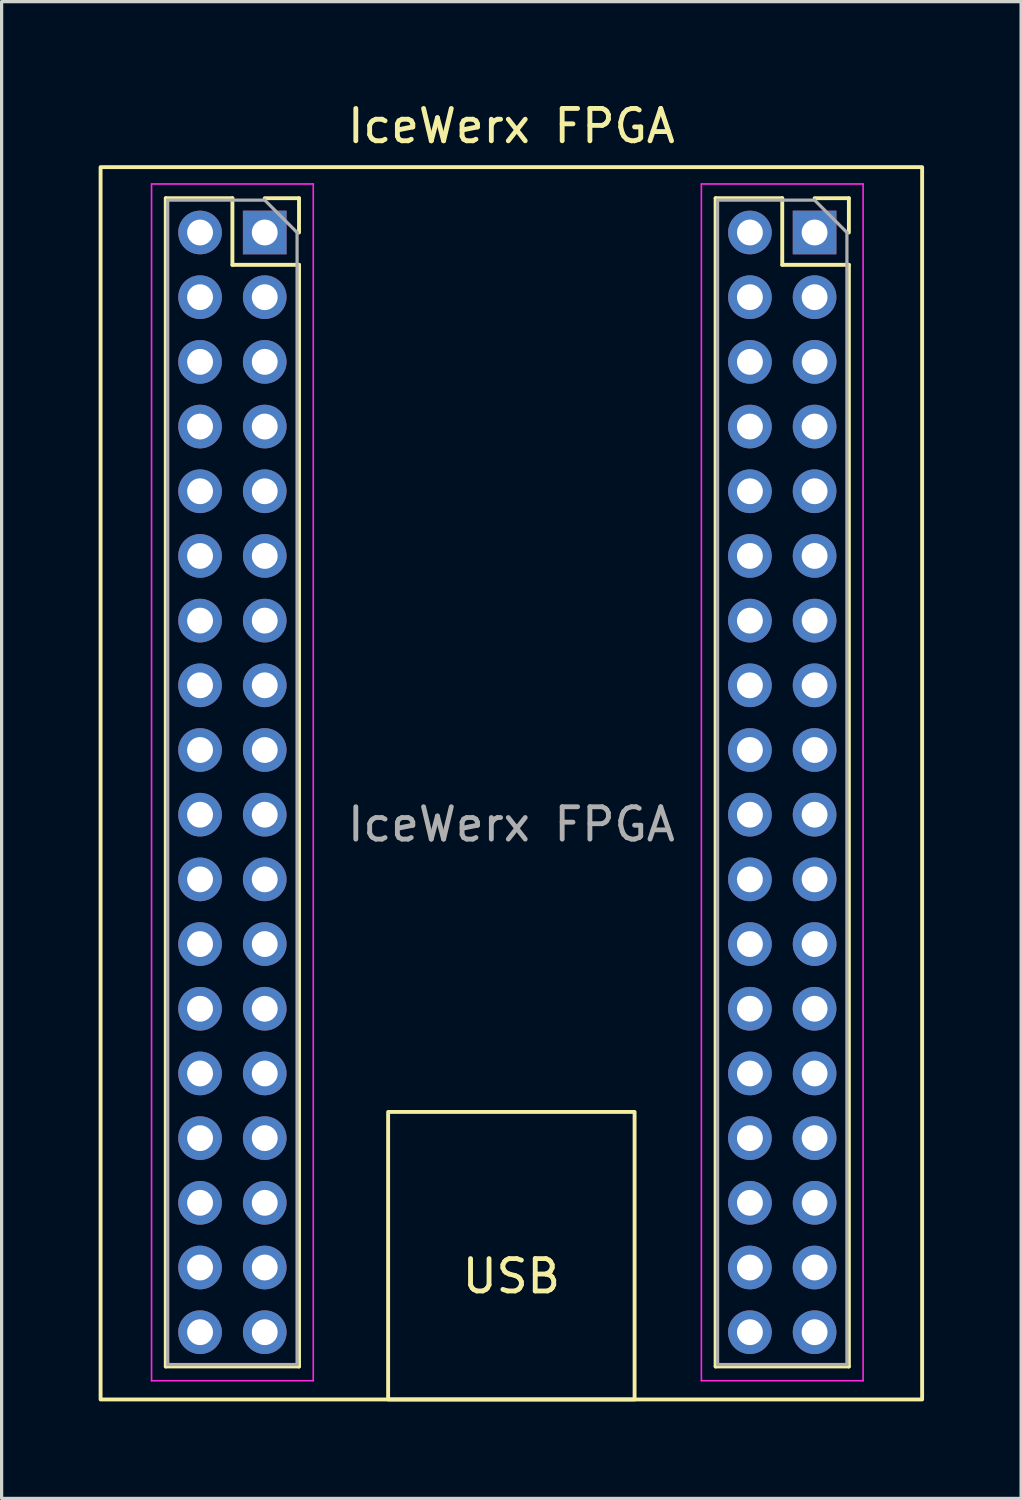
<source format=kicad_pcb>
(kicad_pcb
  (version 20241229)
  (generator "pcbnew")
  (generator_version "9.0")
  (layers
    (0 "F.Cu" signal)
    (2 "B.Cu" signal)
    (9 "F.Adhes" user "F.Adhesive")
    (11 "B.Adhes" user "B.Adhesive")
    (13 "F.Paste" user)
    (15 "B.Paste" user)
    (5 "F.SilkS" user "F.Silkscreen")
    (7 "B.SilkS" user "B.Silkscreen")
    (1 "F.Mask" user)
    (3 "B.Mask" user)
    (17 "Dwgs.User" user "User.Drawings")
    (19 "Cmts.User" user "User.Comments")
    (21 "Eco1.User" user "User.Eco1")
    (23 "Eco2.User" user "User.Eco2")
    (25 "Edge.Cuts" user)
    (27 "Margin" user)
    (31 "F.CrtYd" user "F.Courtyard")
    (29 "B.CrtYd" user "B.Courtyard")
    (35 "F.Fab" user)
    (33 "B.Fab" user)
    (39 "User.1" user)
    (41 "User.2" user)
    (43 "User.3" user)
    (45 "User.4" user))
  (footprint "IceWerx FPGA"
    (layer "F.Cu")
    (at 12.76 21.168)
    (property "Reference" "IceWerx FPGA" (at 0 -20.32 0) (unlocked yes) (layer "F.SilkS") (effects (font (size 1 1) (thickness 0.15))))
    (attr through_hole)
    (fp_line (start -10.685 -18.09) (end -10.685 18.03) (stroke (width 0.12) (type solid)) (layer "F.SilkS"))
    (fp_line (start -10.685 -18.09) (end -8.625 -18.09) (stroke (width 0.12) (type solid)) (layer "F.SilkS"))
    (fp_line (start -10.685 18.03) (end -6.565 18.03) (stroke (width 0.12) (type solid)) (layer "F.SilkS"))
    (fp_line (start -8.625 -18.09) (end -8.625 -16.03) (stroke (width 0.12) (type solid)) (layer "F.SilkS"))
    (fp_line (start -8.625 -16.03) (end -6.565 -16.03) (stroke (width 0.12) (type solid)) (layer "F.SilkS"))
    (fp_line (start -7.625 -18.09) (end -6.565 -18.09) (stroke (width 0.12) (type solid)) (layer "F.SilkS"))
    (fp_line (start -6.565 -18.09) (end -6.565 -17.03) (stroke (width 0.12) (type solid)) (layer "F.SilkS"))
    (fp_line (start -6.565 -16.03) (end -6.565 18.03) (stroke (width 0.12) (type solid)) (layer "F.SilkS"))
    (fp_line (start 6.315 -18.09) (end 6.315 18.03) (stroke (width 0.12) (type solid)) (layer "F.SilkS"))
    (fp_line (start 6.315 -18.09) (end 8.375 -18.09) (stroke (width 0.12) (type solid)) (layer "F.SilkS"))
    (fp_line (start 6.315 18.03) (end 10.435 18.03) (stroke (width 0.12) (type solid)) (layer "F.SilkS"))
    (fp_line (start 8.375 -18.09) (end 8.375 -16.03) (stroke (width 0.12) (type solid)) (layer "F.SilkS"))
    (fp_line (start 8.375 -16.03) (end 10.435 -16.03) (stroke (width 0.12) (type solid)) (layer "F.SilkS"))
    (fp_line (start 9.375 -18.09) (end 10.435 -18.09) (stroke (width 0.12) (type solid)) (layer "F.SilkS"))
    (fp_line (start 10.435 -18.09) (end 10.435 -17.03) (stroke (width 0.12) (type solid)) (layer "F.SilkS"))
    (fp_line (start 10.435 -16.03) (end 10.435 18.03) (stroke (width 0.12) (type solid)) (layer "F.SilkS"))
    (fp_rect (start -12.7 -19.05) (end 12.7 19.05) (stroke (width 0.12) (type solid)) (fill no) (layer "F.SilkS"))
    (fp_rect (start -3.81 19.05) (end 3.81 10.16) (stroke (width 0.12) (type solid)) (fill no) (layer "F.SilkS"))
    (fp_line (start -11.125 -18.53) (end -6.125 -18.53) (stroke (width 0.05) (type solid)) (layer "F.CrtYd"))
    (fp_line (start -11.125 18.47) (end -11.125 -18.53) (stroke (width 0.05) (type solid)) (layer "F.CrtYd"))
    (fp_line (start -6.125 -18.53) (end -6.125 18.47) (stroke (width 0.05) (type solid)) (layer "F.CrtYd"))
    (fp_line (start -6.125 18.47) (end -11.125 18.47) (stroke (width 0.05) (type solid)) (layer "F.CrtYd"))
    (fp_line (start 5.875 -18.53) (end 10.875 -18.53) (stroke (width 0.05) (type solid)) (layer "F.CrtYd"))
    (fp_line (start 5.875 18.47) (end 5.875 -18.53) (stroke (width 0.05) (type solid)) (layer "F.CrtYd"))
    (fp_line (start 10.875 -18.53) (end 10.875 18.47) (stroke (width 0.05) (type solid)) (layer "F.CrtYd"))
    (fp_line (start 10.875 18.47) (end 5.875 18.47) (stroke (width 0.05) (type solid)) (layer "F.CrtYd"))
    (fp_line (start -10.625 -18.03) (end -7.625 -18.03) (stroke (width 0.1) (type solid)) (layer "F.Fab"))
    (fp_line (start -10.625 17.97) (end -10.625 -18.03) (stroke (width 0.1) (type solid)) (layer "F.Fab"))
    (fp_line (start -7.625 -18.03) (end -6.625 -17.03) (stroke (width 0.1) (type solid)) (layer "F.Fab"))
    (fp_line (start -6.625 -17.03) (end -6.625 17.97) (stroke (width 0.1) (type solid)) (layer "F.Fab"))
    (fp_line (start -6.625 17.97) (end -10.625 17.97) (stroke (width 0.1) (type solid)) (layer "F.Fab"))
    (fp_line (start 6.375 -18.03) (end 9.375 -18.03) (stroke (width 0.1) (type solid)) (layer "F.Fab"))
    (fp_line (start 6.375 17.97) (end 6.375 -18.03) (stroke (width 0.1) (type solid)) (layer "F.Fab"))
    (fp_line (start 9.375 -18.03) (end 10.375 -17.03) (stroke (width 0.1) (type solid)) (layer "F.Fab"))
    (fp_line (start 10.375 -17.03) (end 10.375 17.97) (stroke (width 0.1) (type solid)) (layer "F.Fab"))
    (fp_line (start 10.375 17.97) (end 6.375 17.97) (stroke (width 0.1) (type solid)) (layer "F.Fab"))
    (fp_text user "USB" (at 0 15.24 0) (unlocked yes) (layer "F.SilkS") (effects (font (size 1 1) (thickness 0.15))))
    (fp_text user "${REFERENCE}" (at 0 1.27 0) (unlocked yes) (layer "F.Fab") (effects (font (size 1 1) (thickness 0.15))))
    (pad "3v3" thru_hole oval (at -7.625 14.97) (size 1.35 1.35) (drill 0.8) (layers "*.Cu" "*.Mask"))
    (pad "5V" thru_hole oval (at 7.375 16.97) (size 1.35 1.35) (drill 0.8) (layers "*.Cu" "*.Mask"))
    (pad "A1" thru_hole oval (at -9.625 -13.03) (size 1.35 1.35) (drill 0.8) (layers "*.Cu" "*.Mask"))
    (pad "A2" thru_hole oval (at -7.625 -13.03) (size 1.35 1.35) (drill 0.8) (layers "*.Cu" "*.Mask"))
    (pad "A3" thru_hole oval (at -9.625 -15.03) (size 1.35 1.35) (drill 0.8) (layers "*.Cu" "*.Mask"))
    (pad "A4" thru_hole oval (at -9.625 -17.03) (size 1.35 1.35) (drill 0.8) (layers "*.Cu" "*.Mask"))
    (pad "A6" thru_hole rect (at 9.375 -17.03) (size 1.35 1.35) (drill 0.8) (layers "*.Cu" "*.Mask"))
    (pad "A7" thru_hole oval (at 7.375 -17.03) (size 1.35 1.35) (drill 0.8) (layers "*.Cu" "*.Mask"))
    (pad "A10" thru_hole oval (at 7.375 -11.03) (size 1.35 1.35) (drill 0.8) (layers "*.Cu" "*.Mask"))
    (pad "A11" thru_hole oval (at 7.375 -7.03) (size 1.35 1.35) (drill 0.8) (layers "*.Cu" "*.Mask"))
    (pad "A12" thru_hole oval (at 9.375 -7.03) (size 1.35 1.35) (drill 0.8) (layers "*.Cu" "*.Mask"))
    (pad "AD1" thru_hole oval (at -7.625 10.97) (size 1.35 1.35) (drill 0.8) (layers "*.Cu" "*.Mask"))
    (pad "AD2" thru_hole oval (at -7.625 8.97) (size 1.35 1.35) (drill 0.8) (layers "*.Cu" "*.Mask"))
    (pad "AD3" thru_hole oval (at -9.625 16.97) (size 1.35 1.35) (drill 0.8) (layers "*.Cu" "*.Mask"))
    (pad "AD4" thru_hole oval (at -9.625 14.97) (size 1.35 1.35) (drill 0.8) (layers "*.Cu" "*.Mask"))
    (pad "B1" thru_hole oval (at -7.625 -11.03) (size 1.35 1.35) (drill 0.8) (layers "*.Cu" "*.Mask"))
    (pad "B14" thru_hole oval (at 7.375 -5.03) (size 1.35 1.35) (drill 0.8) (layers "*.Cu" "*.Mask"))
    (pad "C1" thru_hole oval (at -9.625 -9.03) (size 1.35 1.35) (drill 0.8) (layers "*.Cu" "*.Mask"))
    (pad "C3" thru_hole oval (at -9.625 -11.03) (size 1.35 1.35) (drill 0.8) (layers "*.Cu" "*.Mask"))
    (pad "C4" thru_hole oval (at -7.625 -15.03) (size 1.35 1.35) (drill 0.8) (layers "*.Cu" "*.Mask"))
    (pad "C5" thru_hole rect (at -7.625 -17.03) (size 1.35 1.35) (drill 0.8) (layers "*.Cu" "*.Mask"))
    (pad "C6" thru_hole oval (at 9.375 -15.03) (size 1.35 1.35) (drill 0.8) (layers "*.Cu" "*.Mask"))
    (pad "C7" thru_hole oval (at 7.375 -15.03) (size 1.35 1.35) (drill 0.8) (layers "*.Cu" "*.Mask"))
    (pad "C10" thru_hole oval (at 7.375 -9.03) (size 1.35 1.35) (drill 0.8) (layers "*.Cu" "*.Mask"))
    (pad "C11" thru_hole oval (at 9.375 -9.03) (size 1.35 1.35) (drill 0.8) (layers "*.Cu" "*.Mask"))
    (pad "C12" thru_hole oval (at 7.375 -3.03) (size 1.35 1.35) (drill 0.8) (layers "*.Cu" "*.Mask"))
    (pad "C14" thru_hole oval (at 9.375 -5.03) (size 1.35 1.35) (drill 0.8) (layers "*.Cu" "*.Mask"))
    (pad "D1" thru_hole oval (at -7.625 -7.03) (size 1.35 1.35) (drill 0.8) (layers "*.Cu" "*.Mask"))
    (pad "D3" thru_hole oval (at -7.625 -9.03) (size 1.35 1.35) (drill 0.8) (layers "*.Cu" "*.Mask"))
    (pad "D6" thru_hole oval (at 7.375 -13.03) (size 1.35 1.35) (drill 0.8) (layers "*.Cu" "*.Mask"))
    (pad "D7" thru_hole oval (at 9.375 -13.03) (size 1.35 1.35) (drill 0.8) (layers "*.Cu" "*.Mask"))
    (pad "D10" thru_hole oval (at 9.375 -11.03) (size 1.35 1.35) (drill 0.8) (layers "*.Cu" "*.Mask"))
    (pad "D12" thru_hole oval (at 7.375 -1.03) (size 1.35 1.35) (drill 0.8) (layers "*.Cu" "*.Mask"))
    (pad "D14" thru_hole oval (at 9.375 -3.03) (size 1.35 1.35) (drill 0.8) (layers "*.Cu" "*.Mask"))
    (pad "E1" thru_hole oval (at -9.625 -7.03) (size 1.35 1.35) (drill 0.8) (layers "*.Cu" "*.Mask"))
    (pad "E12" thru_hole oval (at 7.375 0.97) (size 1.35 1.35) (drill 0.8) (layers "*.Cu" "*.Mask"))
    (pad "E14" thru_hole oval (at 9.375 -1.03) (size 1.35 1.35) (drill 0.8) (layers "*.Cu" "*.Mask"))
    (pad "F3" thru_hole oval (at -7.625 -5.03) (size 1.35 1.35) (drill 0.8) (layers "*.Cu" "*.Mask"))
    (pad "F12" thru_hole oval (at 7.375 2.97) (size 1.35 1.35) (drill 0.8) (layers "*.Cu" "*.Mask"))
    (pad "F14" thru_hole oval (at 9.375 0.97) (size 1.35 1.35) (drill 0.8) (layers "*.Cu" "*.Mask"))
    (pad "G1" thru_hole oval (at -9.625 -5.03) (size 1.35 1.35) (drill 0.8) (layers "*.Cu" "*.Mask"))
    (pad "G3" thru_hole oval (at -7.625 -3.03) (size 1.35 1.35) (drill 0.8) (layers "*.Cu" "*.Mask"))
    (pad "G12" thru_hole oval (at 7.375 4.97) (size 1.35 1.35) (drill 0.8) (layers "*.Cu" "*.Mask"))
    (pad "G14" thru_hole oval (at 9.375 2.97) (size 1.35 1.35) (drill 0.8) (layers "*.Cu" "*.Mask"))
    (pad "GND" thru_hole oval (at -7.625 12.97) (size 1.35 1.35) (drill 0.8) (layers "*.Cu" "*.Mask"))
    (pad "GND" thru_hole oval (at 9.375 16.97) (size 1.35 1.35) (drill 0.8) (layers "*.Cu" "*.Mask"))
    (pad "H1" thru_hole oval (at -9.625 -3.03) (size 1.35 1.35) (drill 0.8) (layers "*.Cu" "*.Mask"))
    (pad "H3" thru_hole oval (at -7.625 -1.03) (size 1.35 1.35) (drill 0.8) (layers "*.Cu" "*.Mask"))
    (pad "H11" thru_hole oval (at 7.375 8.97) (size 1.35 1.35) (drill 0.8) (layers "*.Cu" "*.Mask"))
    (pad "H12" thru_hole oval (at 9.375 4.97) (size 1.35 1.35) (drill 0.8) (layers "*.Cu" "*.Mask"))
    (pad "J1" thru_hole oval (at -9.625 -1.03) (size 1.35 1.35) (drill 0.8) (layers "*.Cu" "*.Mask"))
    (pad "J3" thru_hole oval (at -7.625 0.97) (size 1.35 1.35) (drill 0.8) (layers "*.Cu" "*.Mask"))
    (pad "J12" thru_hole oval (at 7.375 6.97) (size 1.35 1.35) (drill 0.8) (layers "*.Cu" "*.Mask"))
    (pad "K3" thru_hole oval (at -9.625 0.97) (size 1.35 1.35) (drill 0.8) (layers "*.Cu" "*.Mask"))
    (pad "K12" thru_hole oval (at 7.375 10.97) (size 1.35 1.35) (drill 0.8) (layers "*.Cu" "*.Mask"))
    (pad "K14" thru_hole oval (at 9.375 6.97) (size 1.35 1.35) (drill 0.8) (layers "*.Cu" "*.Mask"))
    (pad "L1" thru_hole oval (at -7.625 2.97) (size 1.35 1.35) (drill 0.8) (layers "*.Cu" "*.Mask"))
    (pad "L12" thru_hole oval (at 9.375 10.97) (size 1.35 1.35) (drill 0.8) (layers "*.Cu" "*.Mask"))
    (pad "L14" thru_hole oval (at 9.375 8.97) (size 1.35 1.35) (drill 0.8) (layers "*.Cu" "*.Mask"))
    (pad "M1" thru_hole oval (at -9.625 2.97) (size 1.35 1.35) (drill 0.8) (layers "*.Cu" "*.Mask"))
    (pad "M3" thru_hole oval (at -9.625 4.97) (size 1.35 1.35) (drill 0.8) (layers "*.Cu" "*.Mask"))
    (pad "M6" thru_hole oval (at -9.625 10.97) (size 1.35 1.35) (drill 0.8) (layers "*.Cu" "*.Mask"))
    (pad "M7" thru_hole oval (at -9.625 12.97) (size 1.35 1.35) (drill 0.8) (layers "*.Cu" "*.Mask"))
    (pad "M12" thru_hole oval (at 7.375 14.97) (size 1.35 1.35) (drill 0.8) (layers "*.Cu" "*.Mask"))
    (pad "N1" thru_hole oval (at -7.625 4.97) (size 1.35 1.35) (drill 0.8) (layers "*.Cu" "*.Mask"))
    (pad "N14" thru_hole oval (at 7.375 12.97) (size 1.35 1.35) (drill 0.8) (layers "*.Cu" "*.Mask"))
    (pad "P1" thru_hole oval (at -7.625 6.97) (size 1.35 1.35) (drill 0.8) (layers "*.Cu" "*.Mask"))
    (pad "P2" thru_hole oval (at -9.625 6.97) (size 1.35 1.35) (drill 0.8) (layers "*.Cu" "*.Mask"))
    (pad "P3" thru_hole oval (at -9.625 8.97) (size 1.35 1.35) (drill 0.8) (layers "*.Cu" "*.Mask"))
    (pad "P8" thru_hole oval (at 9.375 14.97) (size 1.35 1.35) (drill 0.8) (layers "*.Cu" "*.Mask"))
    (pad "P14" thru_hole oval (at 9.375 12.97) (size 1.35 1.35) (drill 0.8) (layers "*.Cu" "*.Mask"))
    (pad "RST" thru_hole oval (at -7.625 16.97) (size 1.35 1.35) (drill 0.8) (layers "*.Cu" "*.Mask")))
  (gr_rect
    (start -3 -3)
    (end 28.52 43.278)
    (stroke (width 0.1) (type default))
    (fill no)
    (layer "Edge.Cuts")))
</source>
